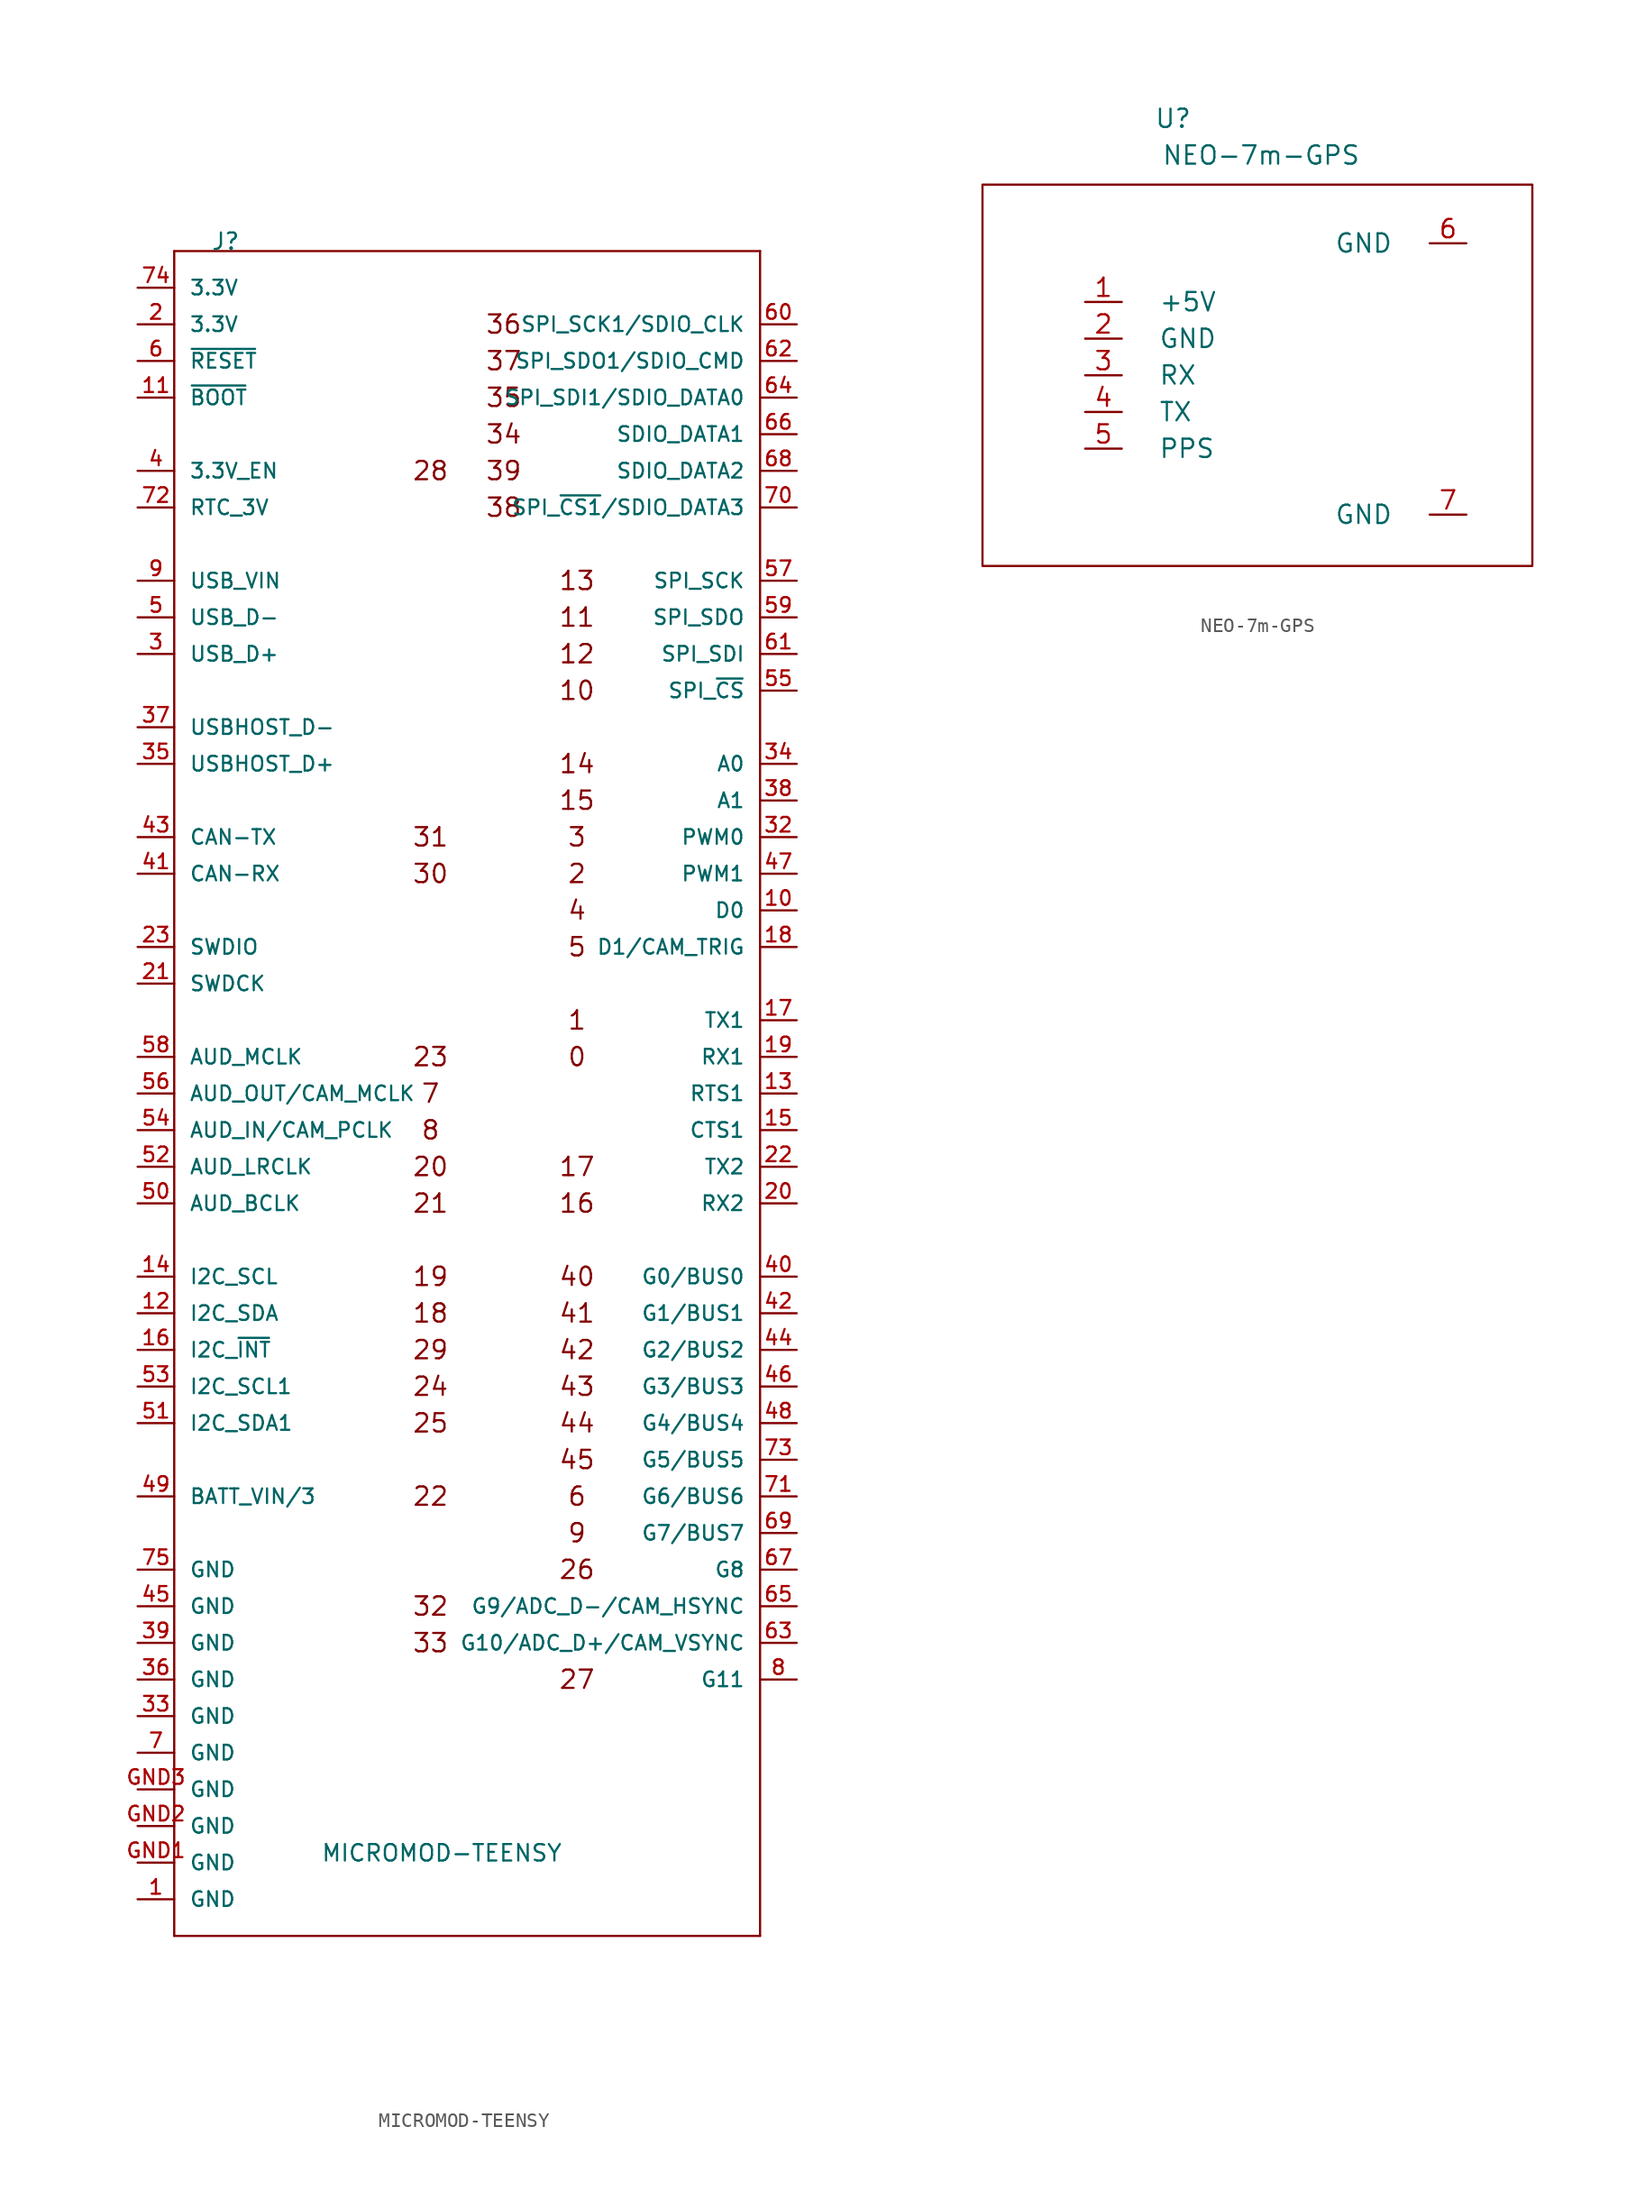
<source format=kicad_sym>
(kicad_symbol_lib
  (version 20220914)
  (generator kicad_symbol_editor)
  (symbol "MICROMOD-TEENSY"
    (pin_names
      (offset 1.016))
    (property "Reference" "J"
      (at -17.78 55.88 0)
      (effects (font (size 1.143 1.143)) (justify left bottom)))
    (property "Value" "MICROMOD-TEENSY"
      (at -10.16 -55.88 0)
      (effects (font (size 1.143 1.143)) (justify left bottom)))
    (property "ki_locked" ""
      (at 0 0 0)
      (effects (font (size 1.27 1.27))))
    (symbol "MICROMOD-TEENSY_0_0"
      (text "0" (at 7.62 0 0) (effects (font (size 1.27 1.27))))
      (text "1" (at 7.62 2.54 0) (effects (font (size 1.27 1.27))))
      (text "10" (at 7.62 25.4 0) (effects (font (size 1.27 1.27))))
      (text "11" (at 7.62 30.48 0) (effects (font (size 1.27 1.27))))
      (text "12" (at 7.62 27.94 0) (effects (font (size 1.27 1.27))))
      (text "13" (at 7.62 33.02 0) (effects (font (size 1.27 1.27))))
      (text "14" (at 7.62 20.32 0) (effects (font (size 1.27 1.27))))
      (text "15" (at 7.62 17.78 0) (effects (font (size 1.27 1.27))))
      (text "16" (at 7.62 -10.16 0) (effects (font (size 1.27 1.27))))
      (text "17" (at 7.62 -7.62 0) (effects (font (size 1.27 1.27))))
      (text "18" (at -2.54 -17.78 0) (effects (font (size 1.27 1.27))))
      (text "19" (at -2.54 -15.24 0) (effects (font (size 1.27 1.27))))
      (text "2" (at 7.62 12.7 0) (effects (font (size 1.27 1.27))))
      (text "20" (at -2.54 -7.62 0) (effects (font (size 1.27 1.27))))
      (text "21" (at -2.54 -10.16 0) (effects (font (size 1.27 1.27))))
      (text "22" (at -2.54 -30.48 0) (effects (font (size 1.27 1.27))))
      (text "23" (at -2.54 0 0) (effects (font (size 1.27 1.27))))
      (text "24" (at -2.54 -22.86 0) (effects (font (size 1.27 1.27))))
      (text "25" (at -2.54 -25.4 0) (effects (font (size 1.27 1.27))))
      (text "26" (at 7.62 -35.56 0) (effects (font (size 1.27 1.27))))
      (text "27" (at 7.62 -43.18 0) (effects (font (size 1.27 1.27))))
      (text "28" (at -2.54 40.64 0) (effects (font (size 1.27 1.27))))
      (text "29" (at -2.54 -20.32 0) (effects (font (size 1.27 1.27))))
      (text "3" (at 7.62 15.24 0) (effects (font (size 1.27 1.27))))
      (text "30" (at -2.54 12.7 0) (effects (font (size 1.27 1.27))))
      (text "31" (at -2.54 15.24 0) (effects (font (size 1.27 1.27))))
      (text "32" (at -2.54 -38.1 0) (effects (font (size 1.27 1.27))))
      (text "33" (at -2.54 -40.64 0) (effects (font (size 1.27 1.27))))
      (text "34" (at 2.54 43.18 0) (effects (font (size 1.27 1.27))))
      (text "35" (at 2.54 45.72 0) (effects (font (size 1.27 1.27))))
      (text "36" (at 2.54 50.8 0) (effects (font (size 1.27 1.27))))
      (text "37" (at 2.54 48.26 0) (effects (font (size 1.27 1.27))))
      (text "38" (at 2.54 38.1 0) (effects (font (size 1.27 1.27))))
      (text "39" (at 2.54 40.64 0) (effects (font (size 1.27 1.27))))
      (text "4" (at 7.62 10.16 0) (effects (font (size 1.27 1.27))))
      (text "40" (at 7.62 -15.24 0) (effects (font (size 1.27 1.27))))
      (text "41" (at 7.62 -17.78 0) (effects (font (size 1.27 1.27))))
      (text "42" (at 7.62 -20.32 0) (effects (font (size 1.27 1.27))))
      (text "43" (at 7.62 -22.86 0) (effects (font (size 1.27 1.27))))
      (text "44" (at 7.62 -25.4 0) (effects (font (size 1.27 1.27))))
      (text "45" (at 7.62 -27.94 0) (effects (font (size 1.27 1.27))))
      (text "5" (at 7.62 7.62 0) (effects (font (size 1.27 1.27))))
      (text "6" (at 7.62 -30.48 0) (effects (font (size 1.27 1.27))))
      (text "7" (at -2.54 -2.54 0) (effects (font (size 1.27 1.27))))
      (text "8" (at -2.54 -5.08 0) (effects (font (size 1.27 1.27))))
      (text "9" (at 7.62 -33.02 0) (effects (font (size 1.27 1.27)))))
    (symbol "MICROMOD-TEENSY_1_0"
      (polyline (pts (xy -20.32 -60.96) (xy -20.32 55.88)) (stroke (width 0) (type default)) (fill (type none)))
      (polyline (pts (xy -20.32 55.88) (xy 20.32 55.88)) (stroke (width 0) (type default)) (fill (type none)))
      (polyline (pts (xy 20.32 -60.96) (xy -20.32 -60.96)) (stroke (width 0) (type default)) (fill (type none)))
      (polyline (pts (xy 20.32 55.88) (xy 20.32 -60.96)) (stroke (width 0) (type default)) (fill (type none))))
    (symbol "MICROMOD-TEENSY_1_1"
      (pin bidirectional line (at -22.86 -58.42 0) (length 2.54) (name "GND" (effects (font (size 1.016 1.016)))) (number "1" (effects (font (size 1.016 1.016)))))
      (pin bidirectional line (at 22.86 10.16 180) (length 2.54) (name "D0" (effects (font (size 1.016 1.016)))) (number "10" (effects (font (size 1.016 1.016)))))
      (pin bidirectional line (at -22.86 45.72 0) (length 2.54) (name "~{BOOT}" (effects (font (size 1.016 1.016)))) (number "11" (effects (font (size 1.016 1.016)))))
      (pin bidirectional line (at -22.86 -17.78 0) (length 2.54) (name "I2C_SDA" (effects (font (size 1.016 1.016)))) (number "12" (effects (font (size 1.016 1.016)))))
      (pin bidirectional line (at 22.86 -2.54 180) (length 2.54) (name "RTS1" (effects (font (size 1.016 1.016)))) (number "13" (effects (font (size 1.016 1.016)))))
      (pin bidirectional line (at -22.86 -15.24 0) (length 2.54) (name "I2C_SCL" (effects (font (size 1.016 1.016)))) (number "14" (effects (font (size 1.016 1.016)))))
      (pin bidirectional line (at 22.86 -5.08 180) (length 2.54) (name "CTS1" (effects (font (size 1.016 1.016)))) (number "15" (effects (font (size 1.016 1.016)))))
      (pin bidirectional line (at -22.86 -20.32 0) (length 2.54) (name "I2C_~{INT}" (effects (font (size 1.016 1.016)))) (number "16" (effects (font (size 1.016 1.016)))))
      (pin bidirectional line (at 22.86 2.54 180) (length 2.54) (name "TX1" (effects (font (size 1.016 1.016)))) (number "17" (effects (font (size 1.016 1.016)))))
      (pin bidirectional line (at 22.86 7.62 180) (length 2.54) (name "D1/CAM_TRIG" (effects (font (size 1.016 1.016)))) (number "18" (effects (font (size 1.016 1.016)))))
      (pin bidirectional line (at 22.86 0 180) (length 2.54) (name "RX1" (effects (font (size 1.016 1.016)))) (number "19" (effects (font (size 1.016 1.016)))))
      (pin bidirectional line (at -22.86 50.8 0) (length 2.54) (name "3.3V" (effects (font (size 1.016 1.016)))) (number "2" (effects (font (size 1.016 1.016)))))
      (pin bidirectional line (at 22.86 -10.16 180) (length 2.54) (name "RX2" (effects (font (size 1.016 1.016)))) (number "20" (effects (font (size 1.016 1.016)))))
      (pin bidirectional line (at -22.86 5.08 0) (length 2.54) (name "SWDCK" (effects (font (size 1.016 1.016)))) (number "21" (effects (font (size 1.016 1.016)))))
      (pin bidirectional line (at 22.86 -7.62 180) (length 2.54) (name "TX2" (effects (font (size 1.016 1.016)))) (number "22" (effects (font (size 1.016 1.016)))))
      (pin bidirectional line (at -22.86 7.62 0) (length 2.54) (name "SWDIO" (effects (font (size 1.016 1.016)))) (number "23" (effects (font (size 1.016 1.016)))))
      (pin bidirectional line (at -22.86 27.94 0) (length 2.54) (name "USB_D+" (effects (font (size 1.016 1.016)))) (number "3" (effects (font (size 1.016 1.016)))))
      (pin bidirectional line (at 22.86 15.24 180) (length 2.54) (name "PWM0" (effects (font (size 1.016 1.016)))) (number "32" (effects (font (size 1.016 1.016)))))
      (pin bidirectional line (at -22.86 -45.72 0) (length 2.54) (name "GND" (effects (font (size 1.016 1.016)))) (number "33" (effects (font (size 1.016 1.016)))))
      (pin bidirectional line (at 22.86 20.32 180) (length 2.54) (name "A0" (effects (font (size 1.016 1.016)))) (number "34" (effects (font (size 1.016 1.016)))))
      (pin bidirectional line (at -22.86 20.32 0) (length 2.54) (name "USBHOST_D+" (effects (font (size 1.016 1.016)))) (number "35" (effects (font (size 1.016 1.016)))))
      (pin bidirectional line (at -22.86 -43.18 0) (length 2.54) (name "GND" (effects (font (size 1.016 1.016)))) (number "36" (effects (font (size 1.016 1.016)))))
      (pin bidirectional line (at -22.86 22.86 0) (length 2.54) (name "USBHOST_D-" (effects (font (size 1.016 1.016)))) (number "37" (effects (font (size 1.016 1.016)))))
      (pin bidirectional line (at 22.86 17.78 180) (length 2.54) (name "A1" (effects (font (size 1.016 1.016)))) (number "38" (effects (font (size 1.016 1.016)))))
      (pin bidirectional line (at -22.86 -40.64 0) (length 2.54) (name "GND" (effects (font (size 1.016 1.016)))) (number "39" (effects (font (size 1.016 1.016)))))
      (pin bidirectional line (at -22.86 40.64 0) (length 2.54) (name "3.3V_EN" (effects (font (size 1.016 1.016)))) (number "4" (effects (font (size 1.016 1.016)))))
      (pin bidirectional line (at 22.86 -15.24 180) (length 2.54) (name "G0/BUS0" (effects (font (size 1.016 1.016)))) (number "40" (effects (font (size 1.016 1.016)))))
      (pin bidirectional line (at -22.86 12.7 0) (length 2.54) (name "CAN-RX" (effects (font (size 1.016 1.016)))) (number "41" (effects (font (size 1.016 1.016)))))
      (pin bidirectional line (at 22.86 -17.78 180) (length 2.54) (name "G1/BUS1" (effects (font (size 1.016 1.016)))) (number "42" (effects (font (size 1.016 1.016)))))
      (pin bidirectional line (at -22.86 15.24 0) (length 2.54) (name "CAN-TX" (effects (font (size 1.016 1.016)))) (number "43" (effects (font (size 1.016 1.016)))))
      (pin bidirectional line (at 22.86 -20.32 180) (length 2.54) (name "G2/BUS2" (effects (font (size 1.016 1.016)))) (number "44" (effects (font (size 1.016 1.016)))))
      (pin bidirectional line (at -22.86 -38.1 0) (length 2.54) (name "GND" (effects (font (size 1.016 1.016)))) (number "45" (effects (font (size 1.016 1.016)))))
      (pin bidirectional line (at 22.86 -22.86 180) (length 2.54) (name "G3/BUS3" (effects (font (size 1.016 1.016)))) (number "46" (effects (font (size 1.016 1.016)))))
      (pin bidirectional line (at 22.86 12.7 180) (length 2.54) (name "PWM1" (effects (font (size 1.016 1.016)))) (number "47" (effects (font (size 1.016 1.016)))))
      (pin bidirectional line (at 22.86 -25.4 180) (length 2.54) (name "G4/BUS4" (effects (font (size 1.016 1.016)))) (number "48" (effects (font (size 1.016 1.016)))))
      (pin bidirectional line (at -22.86 -30.48 0) (length 2.54) (name "BATT_VIN/3" (effects (font (size 1.016 1.016)))) (number "49" (effects (font (size 1.016 1.016)))))
      (pin bidirectional line (at -22.86 30.48 0) (length 2.54) (name "USB_D-" (effects (font (size 1.016 1.016)))) (number "5" (effects (font (size 1.016 1.016)))))
      (pin bidirectional line (at -22.86 -10.16 0) (length 2.54) (name "AUD_BCLK" (effects (font (size 1.016 1.016)))) (number "50" (effects (font (size 1.016 1.016)))))
      (pin bidirectional line (at -22.86 -25.4 0) (length 2.54) (name "I2C_SDA1" (effects (font (size 1.016 1.016)))) (number "51" (effects (font (size 1.016 1.016)))))
      (pin bidirectional line (at -22.86 -7.62 0) (length 2.54) (name "AUD_LRCLK" (effects (font (size 1.016 1.016)))) (number "52" (effects (font (size 1.016 1.016)))))
      (pin bidirectional line (at -22.86 -22.86 0) (length 2.54) (name "I2C_SCL1" (effects (font (size 1.016 1.016)))) (number "53" (effects (font (size 1.016 1.016)))))
      (pin bidirectional line (at -22.86 -5.08 0) (length 2.54) (name "AUD_IN/CAM_PCLK" (effects (font (size 1.016 1.016)))) (number "54" (effects (font (size 1.016 1.016)))))
      (pin bidirectional line (at 22.86 25.4 180) (length 2.54) (name "SPI_~{CS}" (effects (font (size 1.016 1.016)))) (number "55" (effects (font (size 1.016 1.016)))))
      (pin bidirectional line (at -22.86 -2.54 0) (length 2.54) (name "AUD_OUT/CAM_MCLK" (effects (font (size 1.016 1.016)))) (number "56" (effects (font (size 1.016 1.016)))))
      (pin bidirectional line (at 22.86 33.02 180) (length 2.54) (name "SPI_SCK" (effects (font (size 1.016 1.016)))) (number "57" (effects (font (size 1.016 1.016)))))
      (pin bidirectional line (at -22.86 0 0) (length 2.54) (name "AUD_MCLK" (effects (font (size 1.016 1.016)))) (number "58" (effects (font (size 1.016 1.016)))))
      (pin bidirectional line (at 22.86 30.48 180) (length 2.54) (name "SPI_SDO" (effects (font (size 1.016 1.016)))) (number "59" (effects (font (size 1.016 1.016)))))
      (pin bidirectional line (at -22.86 48.26 0) (length 2.54) (name "~{RESET}" (effects (font (size 1.016 1.016)))) (number "6" (effects (font (size 1.016 1.016)))))
      (pin bidirectional line (at 22.86 50.8 180) (length 2.54) (name "SPI_SCK1/SDIO_CLK" (effects (font (size 1.016 1.016)))) (number "60" (effects (font (size 1.016 1.016)))))
      (pin bidirectional line (at 22.86 27.94 180) (length 2.54) (name "SPI_SDI" (effects (font (size 1.016 1.016)))) (number "61" (effects (font (size 1.016 1.016)))))
      (pin bidirectional line (at 22.86 48.26 180) (length 2.54) (name "SPI_SDO1/SDIO_CMD" (effects (font (size 1.016 1.016)))) (number "62" (effects (font (size 1.016 1.016)))))
      (pin bidirectional line (at 22.86 -40.64 180) (length 2.54) (name "G10/ADC_D+/CAM_VSYNC" (effects (font (size 1.016 1.016)))) (number "63" (effects (font (size 1.016 1.016)))))
      (pin bidirectional line (at 22.86 45.72 180) (length 2.54) (name "SPI_SDI1/SDIO_DATA0" (effects (font (size 1.016 1.016)))) (number "64" (effects (font (size 1.016 1.016)))))
      (pin bidirectional line (at 22.86 -38.1 180) (length 2.54) (name "G9/ADC_D-/CAM_HSYNC" (effects (font (size 1.016 1.016)))) (number "65" (effects (font (size 1.016 1.016)))))
      (pin bidirectional line (at 22.86 43.18 180) (length 2.54) (name "SDIO_DATA1" (effects (font (size 1.016 1.016)))) (number "66" (effects (font (size 1.016 1.016)))))
      (pin bidirectional line (at 22.86 -35.56 180) (length 2.54) (name "G8" (effects (font (size 1.016 1.016)))) (number "67" (effects (font (size 1.016 1.016)))))
      (pin bidirectional line (at 22.86 40.64 180) (length 2.54) (name "SDIO_DATA2" (effects (font (size 1.016 1.016)))) (number "68" (effects (font (size 1.016 1.016)))))
      (pin bidirectional line (at 22.86 -33.02 180) (length 2.54) (name "G7/BUS7" (effects (font (size 1.016 1.016)))) (number "69" (effects (font (size 1.016 1.016)))))
      (pin bidirectional line (at -22.86 -48.26 0) (length 2.54) (name "GND" (effects (font (size 1.016 1.016)))) (number "7" (effects (font (size 1.016 1.016)))))
      (pin bidirectional line (at 22.86 38.1 180) (length 2.54) (name "SPI_~{CS1}/SDIO_DATA3" (effects (font (size 1.016 1.016)))) (number "70" (effects (font (size 1.016 1.016)))))
      (pin bidirectional line (at 22.86 -30.48 180) (length 2.54) (name "G6/BUS6" (effects (font (size 1.016 1.016)))) (number "71" (effects (font (size 1.016 1.016)))))
      (pin bidirectional line (at -22.86 38.1 0) (length 2.54) (name "RTC_3V" (effects (font (size 1.016 1.016)))) (number "72" (effects (font (size 1.016 1.016)))))
      (pin bidirectional line (at 22.86 -27.94 180) (length 2.54) (name "G5/BUS5" (effects (font (size 1.016 1.016)))) (number "73" (effects (font (size 1.016 1.016)))))
      (pin bidirectional line (at -22.86 53.34 0) (length 2.54) (name "3.3V" (effects (font (size 1.016 1.016)))) (number "74" (effects (font (size 1.016 1.016)))))
      (pin bidirectional line (at -22.86 -35.56 0) (length 2.54) (name "GND" (effects (font (size 1.016 1.016)))) (number "75" (effects (font (size 1.016 1.016)))))
      (pin bidirectional line (at 22.86 -43.18 180) (length 2.54) (name "G11" (effects (font (size 1.016 1.016)))) (number "8" (effects (font (size 1.016 1.016)))))
      (pin bidirectional line (at -22.86 33.02 0) (length 2.54) (name "USB_VIN" (effects (font (size 1.016 1.016)))) (number "9" (effects (font (size 1.016 1.016)))))
      (pin bidirectional line (at -22.86 -55.88 0) (length 2.54) (name "GND" (effects (font (size 1.016 1.016)))) (number "GND1" (effects (font (size 1.016 1.016)))))
      (pin bidirectional line (at -22.86 -53.34 0) (length 2.54) (name "GND" (effects (font (size 1.016 1.016)))) (number "GND2" (effects (font (size 1.016 1.016)))))
      (pin bidirectional line (at -22.86 -50.8 0) (length 2.54) (name "GND" (effects (font (size 1.016 1.016)))) (number "GND3" (effects (font (size 1.016 1.016)))))))
  (symbol "NEO-7m-GPS"
    (pin_names
      (offset 2.54))
    (property "Reference" "U"
      (at 12.192 12.7 0)
      (effects (font (size 1.27 1.27))))
    (property "Value" "NEO-7m-GPS"
      (at 18.288 10.16 0)
      (effects (font (size 1.27 1.27))))
    (symbol "NEO-7m-GPS_0_1"
      (rectangle (start -1.016 8.128) (end 37.084 -18.288) (stroke (width 0) (type default)) (fill (type none))))
    (symbol "NEO-7m-GPS_1_1"
      (pin input line (at 6.096 0 0) (length 2.54) (name "+5V" (effects (font (size 1.27 1.27)))) (number "1" (effects (font (size 1.27 1.27)))))
      (pin input line (at 6.096 -2.54 0) (length 2.54) (name "GND" (effects (font (size 1.27 1.27)))) (number "2" (effects (font (size 1.27 1.27)))))
      (pin input line (at 6.096 -5.08 0) (length 2.54) (name "RX" (effects (font (size 1.27 1.27)))) (number "3" (effects (font (size 1.27 1.27)))))
      (pin input line (at 6.096 -7.62 0) (length 2.54) (name "TX" (effects (font (size 1.27 1.27)))) (number "4" (effects (font (size 1.27 1.27)))))
      (pin input line (at 6.096 -10.16 0) (length 2.54) (name "PPS" (effects (font (size 1.27 1.27)))) (number "5" (effects (font (size 1.27 1.27)))))
      (pin input line (at 32.512 4.064 180) (length 2.54) (name "GND" (effects (font (size 1.27 1.27)))) (number "6" (effects (font (size 1.27 1.27)))))
      (pin input line (at 32.512 -14.732 180) (length 2.54) (name "GND" (effects (font (size 1.27 1.27)))) (number "7" (effects (font (size 1.27 1.27))))))))
</source>
